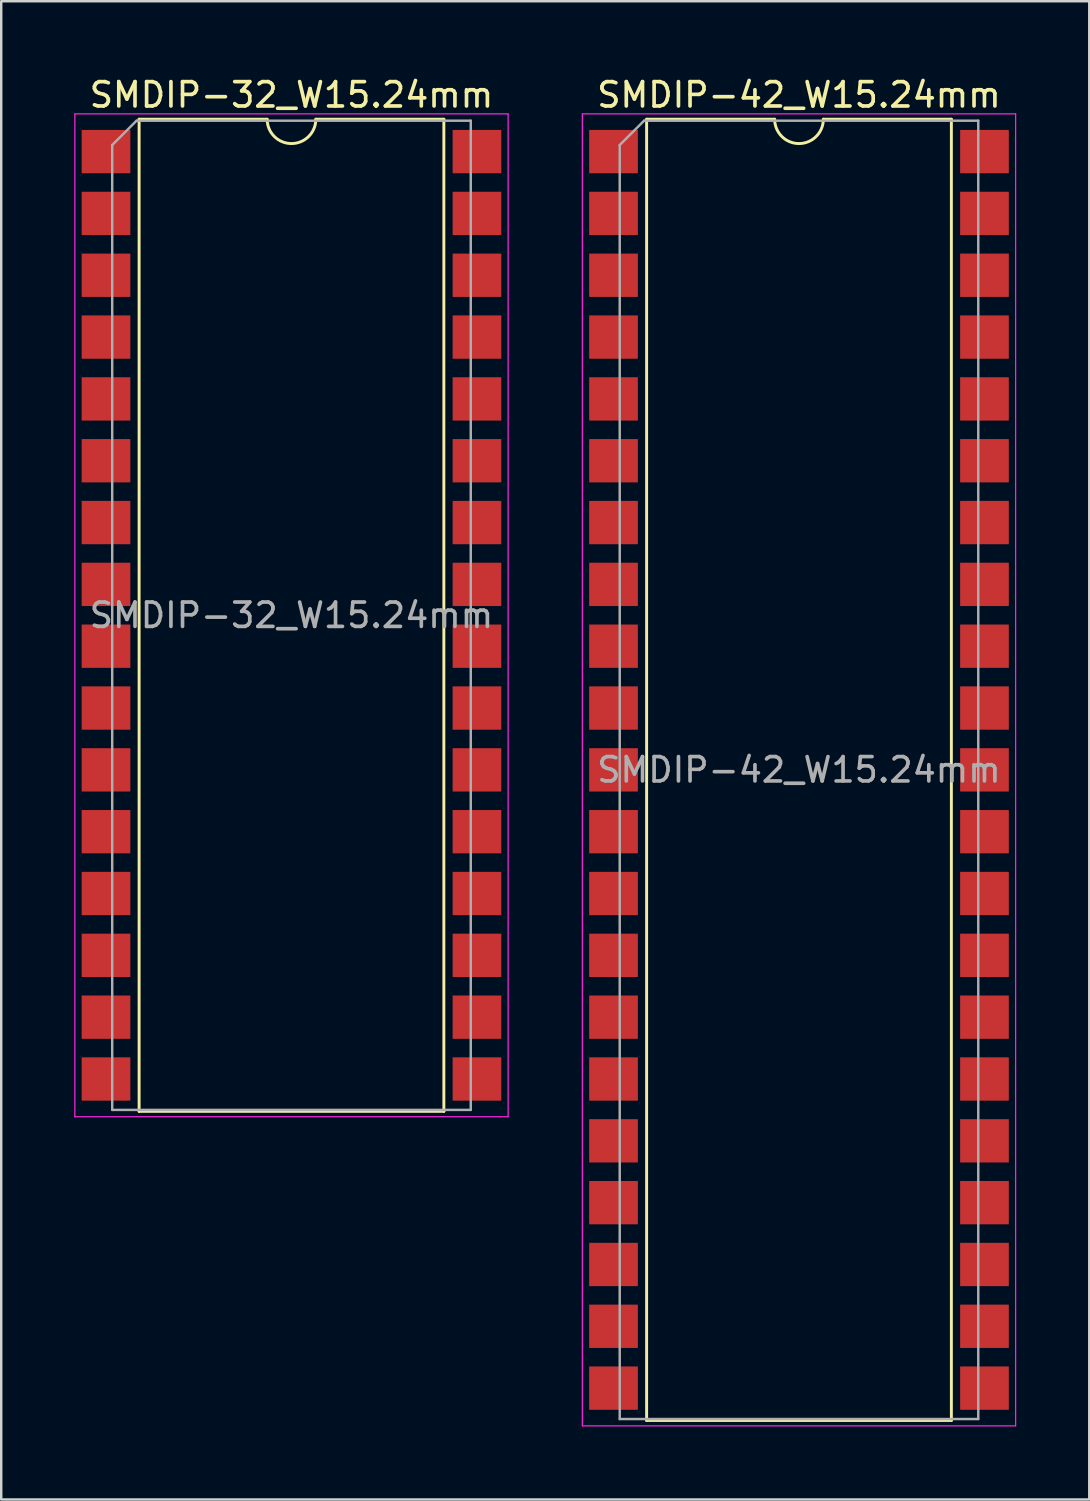
<source format=kicad_pcb>
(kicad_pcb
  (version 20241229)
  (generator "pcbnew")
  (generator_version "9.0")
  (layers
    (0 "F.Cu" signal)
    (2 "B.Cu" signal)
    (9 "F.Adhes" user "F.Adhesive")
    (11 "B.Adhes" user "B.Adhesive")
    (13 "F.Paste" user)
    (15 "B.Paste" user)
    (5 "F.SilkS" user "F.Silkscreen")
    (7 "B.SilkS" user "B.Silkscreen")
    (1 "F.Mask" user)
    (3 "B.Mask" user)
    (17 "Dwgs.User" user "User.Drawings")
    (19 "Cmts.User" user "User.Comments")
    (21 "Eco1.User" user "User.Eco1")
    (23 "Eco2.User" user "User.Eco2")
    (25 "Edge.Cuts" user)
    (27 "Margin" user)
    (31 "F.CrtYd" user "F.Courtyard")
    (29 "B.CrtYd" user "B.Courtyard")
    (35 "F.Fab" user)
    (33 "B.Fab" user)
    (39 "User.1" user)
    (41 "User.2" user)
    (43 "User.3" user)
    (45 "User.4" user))
  (footprint "SMDIP-32_W15.24mm"
    (layer "F.Cu")
    (at 8.925 22.228)
    (property "Reference" "SMDIP-32_W15.24mm" (at 0 -21.38 0) (layer "F.SilkS") (effects (font (size 1 1) (thickness 0.15))))
    (attr smd)
    (fp_line (start -6.26 -20.38) (end -6.26 20.38) (stroke (width 0.12) (type solid)) (layer "F.SilkS"))
    (fp_line (start -6.26 20.38) (end 6.26 20.38) (stroke (width 0.12) (type solid)) (layer "F.SilkS"))
    (fp_line (start -1 -20.38) (end -6.26 -20.38) (stroke (width 0.12) (type solid)) (layer "F.SilkS"))
    (fp_line (start 6.26 -20.38) (end 1 -20.38) (stroke (width 0.12) (type solid)) (layer "F.SilkS"))
    (fp_line (start 6.26 20.38) (end 6.26 -20.38) (stroke (width 0.12) (type solid)) (layer "F.SilkS"))
    (fp_arc (start 1 -20.38) (mid 0 -19.38) (end -1 -20.38) (stroke (width 0.12) (type solid)) (layer "F.SilkS"))
    (fp_line (start -8.9 -20.6) (end -8.9 20.6) (stroke (width 0.05) (type solid)) (layer "F.CrtYd"))
    (fp_line (start -8.9 20.6) (end 8.9 20.6) (stroke (width 0.05) (type solid)) (layer "F.CrtYd"))
    (fp_line (start 8.9 -20.6) (end -8.9 -20.6) (stroke (width 0.05) (type solid)) (layer "F.CrtYd"))
    (fp_line (start 8.9 20.6) (end 8.9 -20.6) (stroke (width 0.05) (type solid)) (layer "F.CrtYd"))
    (fp_line (start -7.365 -19.32) (end -6.365 -20.32) (stroke (width 0.1) (type solid)) (layer "F.Fab"))
    (fp_line (start -7.365 20.32) (end -7.365 -19.32) (stroke (width 0.1) (type solid)) (layer "F.Fab"))
    (fp_line (start -6.365 -20.32) (end 7.365 -20.32) (stroke (width 0.1) (type solid)) (layer "F.Fab"))
    (fp_line (start 7.365 -20.32) (end 7.365 20.32) (stroke (width 0.1) (type solid)) (layer "F.Fab"))
    (fp_line (start 7.365 20.32) (end -7.365 20.32) (stroke (width 0.1) (type solid)) (layer "F.Fab"))
    (fp_text user "${REFERENCE}" (at 0 0 0) (layer "F.Fab") (effects (font (size 1 1) (thickness 0.15))))
    (pad "1" smd rect (at -7.62 -19.05) (size 2 1.78) (layers "F.Cu" "F.Mask" "F.Paste"))
    (pad "2" smd rect (at -7.62 -16.51) (size 2 1.78) (layers "F.Cu" "F.Mask" "F.Paste"))
    (pad "3" smd rect (at -7.62 -13.97) (size 2 1.78) (layers "F.Cu" "F.Mask" "F.Paste"))
    (pad "4" smd rect (at -7.62 -11.43) (size 2 1.78) (layers "F.Cu" "F.Mask" "F.Paste"))
    (pad "5" smd rect (at -7.62 -8.89) (size 2 1.78) (layers "F.Cu" "F.Mask" "F.Paste"))
    (pad "6" smd rect (at -7.62 -6.35) (size 2 1.78) (layers "F.Cu" "F.Mask" "F.Paste"))
    (pad "7" smd rect (at -7.62 -3.81) (size 2 1.78) (layers "F.Cu" "F.Mask" "F.Paste"))
    (pad "8" smd rect (at -7.62 -1.27) (size 2 1.78) (layers "F.Cu" "F.Mask" "F.Paste"))
    (pad "9" smd rect (at -7.62 1.27) (size 2 1.78) (layers "F.Cu" "F.Mask" "F.Paste"))
    (pad "10" smd rect (at -7.62 3.81) (size 2 1.78) (layers "F.Cu" "F.Mask" "F.Paste"))
    (pad "11" smd rect (at -7.62 6.35) (size 2 1.78) (layers "F.Cu" "F.Mask" "F.Paste"))
    (pad "12" smd rect (at -7.62 8.89) (size 2 1.78) (layers "F.Cu" "F.Mask" "F.Paste"))
    (pad "13" smd rect (at -7.62 11.43) (size 2 1.78) (layers "F.Cu" "F.Mask" "F.Paste"))
    (pad "14" smd rect (at -7.62 13.97) (size 2 1.78) (layers "F.Cu" "F.Mask" "F.Paste"))
    (pad "15" smd rect (at -7.62 16.51) (size 2 1.78) (layers "F.Cu" "F.Mask" "F.Paste"))
    (pad "16" smd rect (at -7.62 19.05) (size 2 1.78) (layers "F.Cu" "F.Mask" "F.Paste"))
    (pad "17" smd rect (at 7.62 19.05) (size 2 1.78) (layers "F.Cu" "F.Mask" "F.Paste"))
    (pad "18" smd rect (at 7.62 16.51) (size 2 1.78) (layers "F.Cu" "F.Mask" "F.Paste"))
    (pad "19" smd rect (at 7.62 13.97) (size 2 1.78) (layers "F.Cu" "F.Mask" "F.Paste"))
    (pad "20" smd rect (at 7.62 11.43) (size 2 1.78) (layers "F.Cu" "F.Mask" "F.Paste"))
    (pad "21" smd rect (at 7.62 8.89) (size 2 1.78) (layers "F.Cu" "F.Mask" "F.Paste"))
    (pad "22" smd rect (at 7.62 6.35) (size 2 1.78) (layers "F.Cu" "F.Mask" "F.Paste"))
    (pad "23" smd rect (at 7.62 3.81) (size 2 1.78) (layers "F.Cu" "F.Mask" "F.Paste"))
    (pad "24" smd rect (at 7.62 1.27) (size 2 1.78) (layers "F.Cu" "F.Mask" "F.Paste"))
    (pad "25" smd rect (at 7.62 -1.27) (size 2 1.78) (layers "F.Cu" "F.Mask" "F.Paste"))
    (pad "26" smd rect (at 7.62 -3.81) (size 2 1.78) (layers "F.Cu" "F.Mask" "F.Paste"))
    (pad "27" smd rect (at 7.62 -6.35) (size 2 1.78) (layers "F.Cu" "F.Mask" "F.Paste"))
    (pad "28" smd rect (at 7.62 -8.89) (size 2 1.78) (layers "F.Cu" "F.Mask" "F.Paste"))
    (pad "29" smd rect (at 7.62 -11.43) (size 2 1.78) (layers "F.Cu" "F.Mask" "F.Paste"))
    (pad "30" smd rect (at 7.62 -13.97) (size 2 1.78) (layers "F.Cu" "F.Mask" "F.Paste"))
    (pad "31" smd rect (at 7.62 -16.51) (size 2 1.78) (layers "F.Cu" "F.Mask" "F.Paste"))
    (pad "32" smd rect (at 7.62 -19.05) (size 2 1.78) (layers "F.Cu" "F.Mask" "F.Paste")))
  (footprint "SMDIP-42_W15.24mm"
    (layer "F.Cu")
    (at 29.775 28.578)
    (property "Reference" "SMDIP-42_W15.24mm" (at 0 -27.73 0) (layer "F.SilkS") (effects (font (size 1 1) (thickness 0.15))))
    (attr smd)
    (fp_line (start -6.26 -26.73) (end -6.26 26.73) (stroke (width 0.12) (type solid)) (layer "F.SilkS"))
    (fp_line (start -6.26 26.73) (end 6.26 26.73) (stroke (width 0.12) (type solid)) (layer "F.SilkS"))
    (fp_line (start -1 -26.73) (end -6.26 -26.73) (stroke (width 0.12) (type solid)) (layer "F.SilkS"))
    (fp_line (start 6.26 -26.73) (end 1 -26.73) (stroke (width 0.12) (type solid)) (layer "F.SilkS"))
    (fp_line (start 6.26 26.73) (end 6.26 -26.73) (stroke (width 0.12) (type solid)) (layer "F.SilkS"))
    (fp_arc (start 1 -26.73) (mid 0 -25.73) (end -1 -26.73) (stroke (width 0.12) (type solid)) (layer "F.SilkS"))
    (fp_line (start -8.9 -26.95) (end -8.9 26.95) (stroke (width 0.05) (type solid)) (layer "F.CrtYd"))
    (fp_line (start -8.9 26.95) (end 8.9 26.95) (stroke (width 0.05) (type solid)) (layer "F.CrtYd"))
    (fp_line (start 8.9 -26.95) (end -8.9 -26.95) (stroke (width 0.05) (type solid)) (layer "F.CrtYd"))
    (fp_line (start 8.9 26.95) (end 8.9 -26.95) (stroke (width 0.05) (type solid)) (layer "F.CrtYd"))
    (fp_line (start -7.365 -25.67) (end -6.365 -26.67) (stroke (width 0.1) (type solid)) (layer "F.Fab"))
    (fp_line (start -7.365 26.67) (end -7.365 -25.67) (stroke (width 0.1) (type solid)) (layer "F.Fab"))
    (fp_line (start -6.365 -26.67) (end 7.365 -26.67) (stroke (width 0.1) (type solid)) (layer "F.Fab"))
    (fp_line (start 7.365 -26.67) (end 7.365 26.67) (stroke (width 0.1) (type solid)) (layer "F.Fab"))
    (fp_line (start 7.365 26.67) (end -7.365 26.67) (stroke (width 0.1) (type solid)) (layer "F.Fab"))
    (fp_text user "${REFERENCE}" (at 0 0 0) (layer "F.Fab") (effects (font (size 1 1) (thickness 0.15))))
    (pad "1" smd rect (at -7.62 -25.4) (size 2 1.78) (layers "F.Cu" "F.Mask" "F.Paste"))
    (pad "2" smd rect (at -7.62 -22.86) (size 2 1.78) (layers "F.Cu" "F.Mask" "F.Paste"))
    (pad "3" smd rect (at -7.62 -20.32) (size 2 1.78) (layers "F.Cu" "F.Mask" "F.Paste"))
    (pad "4" smd rect (at -7.62 -17.78) (size 2 1.78) (layers "F.Cu" "F.Mask" "F.Paste"))
    (pad "5" smd rect (at -7.62 -15.24) (size 2 1.78) (layers "F.Cu" "F.Mask" "F.Paste"))
    (pad "6" smd rect (at -7.62 -12.7) (size 2 1.78) (layers "F.Cu" "F.Mask" "F.Paste"))
    (pad "7" smd rect (at -7.62 -10.16) (size 2 1.78) (layers "F.Cu" "F.Mask" "F.Paste"))
    (pad "8" smd rect (at -7.62 -7.62) (size 2 1.78) (layers "F.Cu" "F.Mask" "F.Paste"))
    (pad "9" smd rect (at -7.62 -5.08) (size 2 1.78) (layers "F.Cu" "F.Mask" "F.Paste"))
    (pad "10" smd rect (at -7.62 -2.54) (size 2 1.78) (layers "F.Cu" "F.Mask" "F.Paste"))
    (pad "11" smd rect (at -7.62 0) (size 2 1.78) (layers "F.Cu" "F.Mask" "F.Paste"))
    (pad "12" smd rect (at -7.62 2.54) (size 2 1.78) (layers "F.Cu" "F.Mask" "F.Paste"))
    (pad "13" smd rect (at -7.62 5.08) (size 2 1.78) (layers "F.Cu" "F.Mask" "F.Paste"))
    (pad "14" smd rect (at -7.62 7.62) (size 2 1.78) (layers "F.Cu" "F.Mask" "F.Paste"))
    (pad "15" smd rect (at -7.62 10.16) (size 2 1.78) (layers "F.Cu" "F.Mask" "F.Paste"))
    (pad "16" smd rect (at -7.62 12.7) (size 2 1.78) (layers "F.Cu" "F.Mask" "F.Paste"))
    (pad "17" smd rect (at -7.62 15.24) (size 2 1.78) (layers "F.Cu" "F.Mask" "F.Paste"))
    (pad "18" smd rect (at -7.62 17.78) (size 2 1.78) (layers "F.Cu" "F.Mask" "F.Paste"))
    (pad "19" smd rect (at -7.62 20.32) (size 2 1.78) (layers "F.Cu" "F.Mask" "F.Paste"))
    (pad "20" smd rect (at -7.62 22.86) (size 2 1.78) (layers "F.Cu" "F.Mask" "F.Paste"))
    (pad "21" smd rect (at -7.62 25.4) (size 2 1.78) (layers "F.Cu" "F.Mask" "F.Paste"))
    (pad "22" smd rect (at 7.62 25.4) (size 2 1.78) (layers "F.Cu" "F.Mask" "F.Paste"))
    (pad "23" smd rect (at 7.62 22.86) (size 2 1.78) (layers "F.Cu" "F.Mask" "F.Paste"))
    (pad "24" smd rect (at 7.62 20.32) (size 2 1.78) (layers "F.Cu" "F.Mask" "F.Paste"))
    (pad "25" smd rect (at 7.62 17.78) (size 2 1.78) (layers "F.Cu" "F.Mask" "F.Paste"))
    (pad "26" smd rect (at 7.62 15.24) (size 2 1.78) (layers "F.Cu" "F.Mask" "F.Paste"))
    (pad "27" smd rect (at 7.62 12.7) (size 2 1.78) (layers "F.Cu" "F.Mask" "F.Paste"))
    (pad "28" smd rect (at 7.62 10.16) (size 2 1.78) (layers "F.Cu" "F.Mask" "F.Paste"))
    (pad "29" smd rect (at 7.62 7.62) (size 2 1.78) (layers "F.Cu" "F.Mask" "F.Paste"))
    (pad "30" smd rect (at 7.62 5.08) (size 2 1.78) (layers "F.Cu" "F.Mask" "F.Paste"))
    (pad "31" smd rect (at 7.62 2.54) (size 2 1.78) (layers "F.Cu" "F.Mask" "F.Paste"))
    (pad "32" smd rect (at 7.62 0) (size 2 1.78) (layers "F.Cu" "F.Mask" "F.Paste"))
    (pad "33" smd rect (at 7.62 -2.54) (size 2 1.78) (layers "F.Cu" "F.Mask" "F.Paste"))
    (pad "34" smd rect (at 7.62 -5.08) (size 2 1.78) (layers "F.Cu" "F.Mask" "F.Paste"))
    (pad "35" smd rect (at 7.62 -7.62) (size 2 1.78) (layers "F.Cu" "F.Mask" "F.Paste"))
    (pad "36" smd rect (at 7.62 -10.16) (size 2 1.78) (layers "F.Cu" "F.Mask" "F.Paste"))
    (pad "37" smd rect (at 7.62 -12.7) (size 2 1.78) (layers "F.Cu" "F.Mask" "F.Paste"))
    (pad "38" smd rect (at 7.62 -15.24) (size 2 1.78) (layers "F.Cu" "F.Mask" "F.Paste"))
    (pad "39" smd rect (at 7.62 -17.78) (size 2 1.78) (layers "F.Cu" "F.Mask" "F.Paste"))
    (pad "40" smd rect (at 7.62 -20.32) (size 2 1.78) (layers "F.Cu" "F.Mask" "F.Paste"))
    (pad "41" smd rect (at 7.62 -22.86) (size 2 1.78) (layers "F.Cu" "F.Mask" "F.Paste"))
    (pad "42" smd rect (at 7.62 -25.4) (size 2 1.78) (layers "F.Cu" "F.Mask" "F.Paste")))
  (gr_rect
    (start -3 -3)
    (end 41.7 58.553)
    (stroke (width 0.1) (type default))
    (fill no)
    (layer "Edge.Cuts")))
</source>
